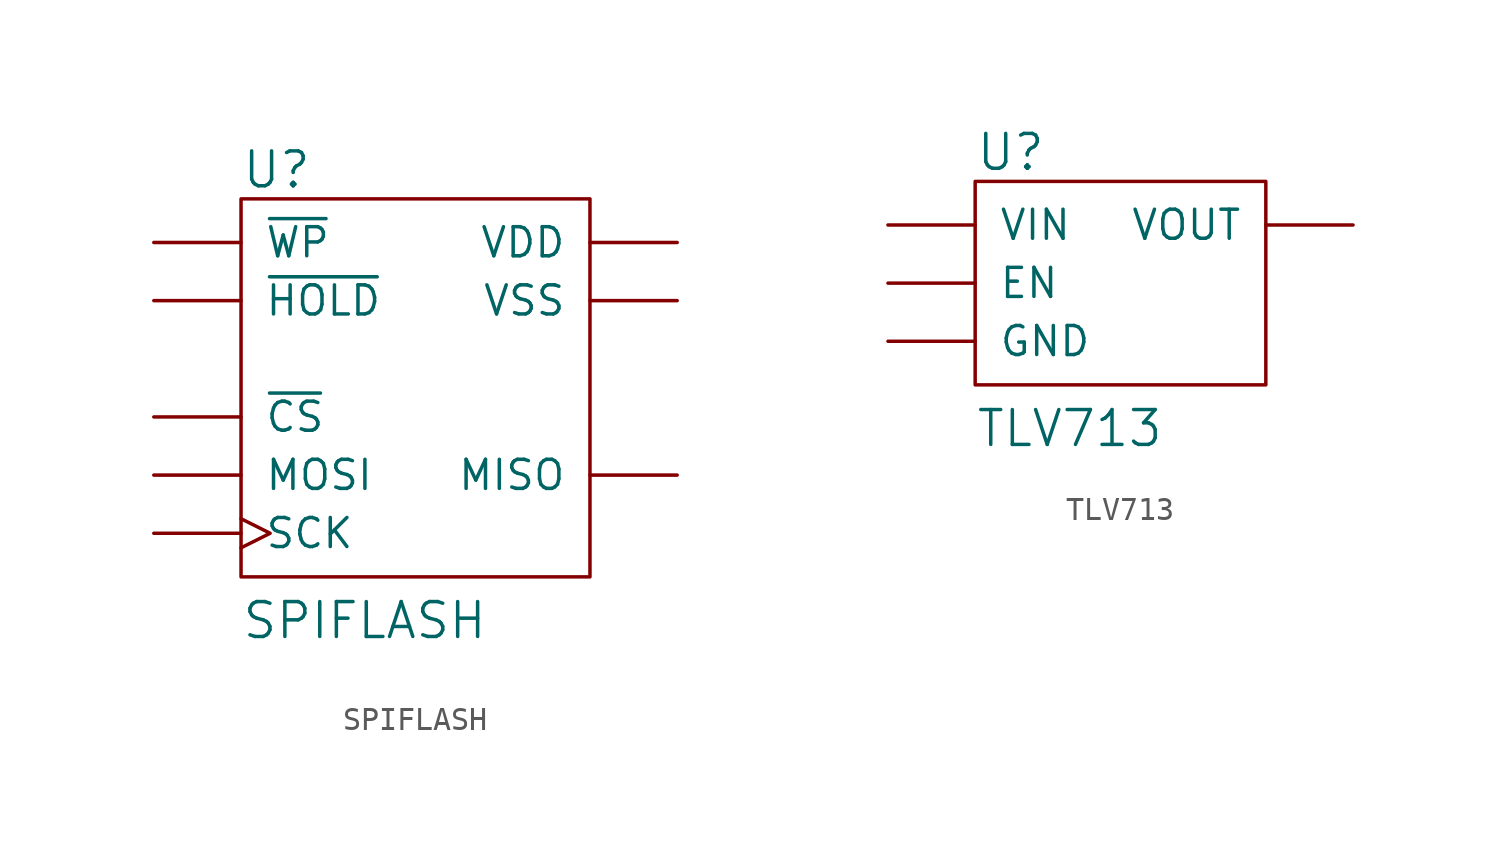
<source format=kicad_sym>
(kicad_symbol_lib
  (version 20211014)
  (generator kicad_symbol_editor)
  (symbol "SPIFLASH"
    (pin_numbers hide)
    (pin_names
      (offset 1.016))
    (property "Reference" "U"
      (at -7.62 9.525 0)
      (effects (font (size 1.524 1.524)) (justify left)))
    (property "Value" "SPIFLASH"
      (at -7.62 -10.16 0)
      (effects (font (size 1.524 1.524)) (justify left)))
    (symbol "SPIFLASH_0_1"
      (rectangle (start -7.62 8.255) (end 7.62 -8.255) (stroke (width 0) (type default) (color 0 0 0 0)) (fill (type none))))
    (symbol "SPIFLASH_1_1"
      (pin input line (at -11.43 -1.27 0) (length 3.81) (name "~{CS}" (effects (font (size 1.27 1.27)))) (number "1" (effects (font (size 1.27 1.27)))))
      (pin output line (at 11.43 -3.81 180) (length 3.81) (name "MISO" (effects (font (size 1.27 1.27)))) (number "2" (effects (font (size 1.27 1.27)))))
      (pin input line (at -11.43 6.35 0) (length 3.81) (name "~{WP}" (effects (font (size 1.27 1.27)))) (number "3" (effects (font (size 1.27 1.27)))))
      (pin power_in line (at 11.43 3.81 180) (length 3.81) (name "VSS" (effects (font (size 1.27 1.27)))) (number "4" (effects (font (size 1.27 1.27)))))
      (pin input line (at -11.43 -3.81 0) (length 3.81) (name "MOSI" (effects (font (size 1.27 1.27)))) (number "5" (effects (font (size 1.27 1.27)))))
      (pin input clock (at -11.43 -6.35 0) (length 3.81) (name "SCK" (effects (font (size 1.27 1.27)))) (number "6" (effects (font (size 1.27 1.27)))))
      (pin input line (at -11.43 3.81 0) (length 3.81) (name "~{HOLD}" (effects (font (size 1.27 1.27)))) (number "7" (effects (font (size 1.27 1.27)))))
      (pin power_in line (at 11.43 6.35 180) (length 3.81) (name "VDD" (effects (font (size 1.27 1.27)))) (number "8" (effects (font (size 1.27 1.27)))))))
  (symbol "TLV713"
    (pin_numbers hide)
    (pin_names
      (offset 1.016))
    (property "Reference" "U"
      (at -6.35 5.715 0)
      (effects (font (size 1.524 1.524)) (justify left)))
    (property "Value" "TLV713"
      (at -6.35 -6.35 0)
      (effects (font (size 1.524 1.524)) (justify left)))
    (symbol "TLV713_0_1"
      (rectangle (start -6.35 4.445) (end 6.35 -4.445) (stroke (width 0) (type default) (color 0 0 0 0)) (fill (type none))))
    (symbol "TLV713_1_1"
      (pin power_in line (at -10.16 2.54 0) (length 3.81) (name "VIN" (effects (font (size 1.27 1.27)))) (number "1" (effects (font (size 1.27 1.27)))))
      (pin power_in line (at -10.16 -2.54 0) (length 3.81) (name "GND" (effects (font (size 1.27 1.27)))) (number "2" (effects (font (size 1.27 1.27)))))
      (pin input line (at -10.16 0 0) (length 3.81) (name "EN" (effects (font (size 1.27 1.27)))) (number "3" (effects (font (size 1.27 1.27)))))
      (pin power_out line (at 10.16 2.54 180) (length 3.81) (name "VOUT" (effects (font (size 1.27 1.27)))) (number "5" (effects (font (size 1.27 1.27))))))))
</source>
